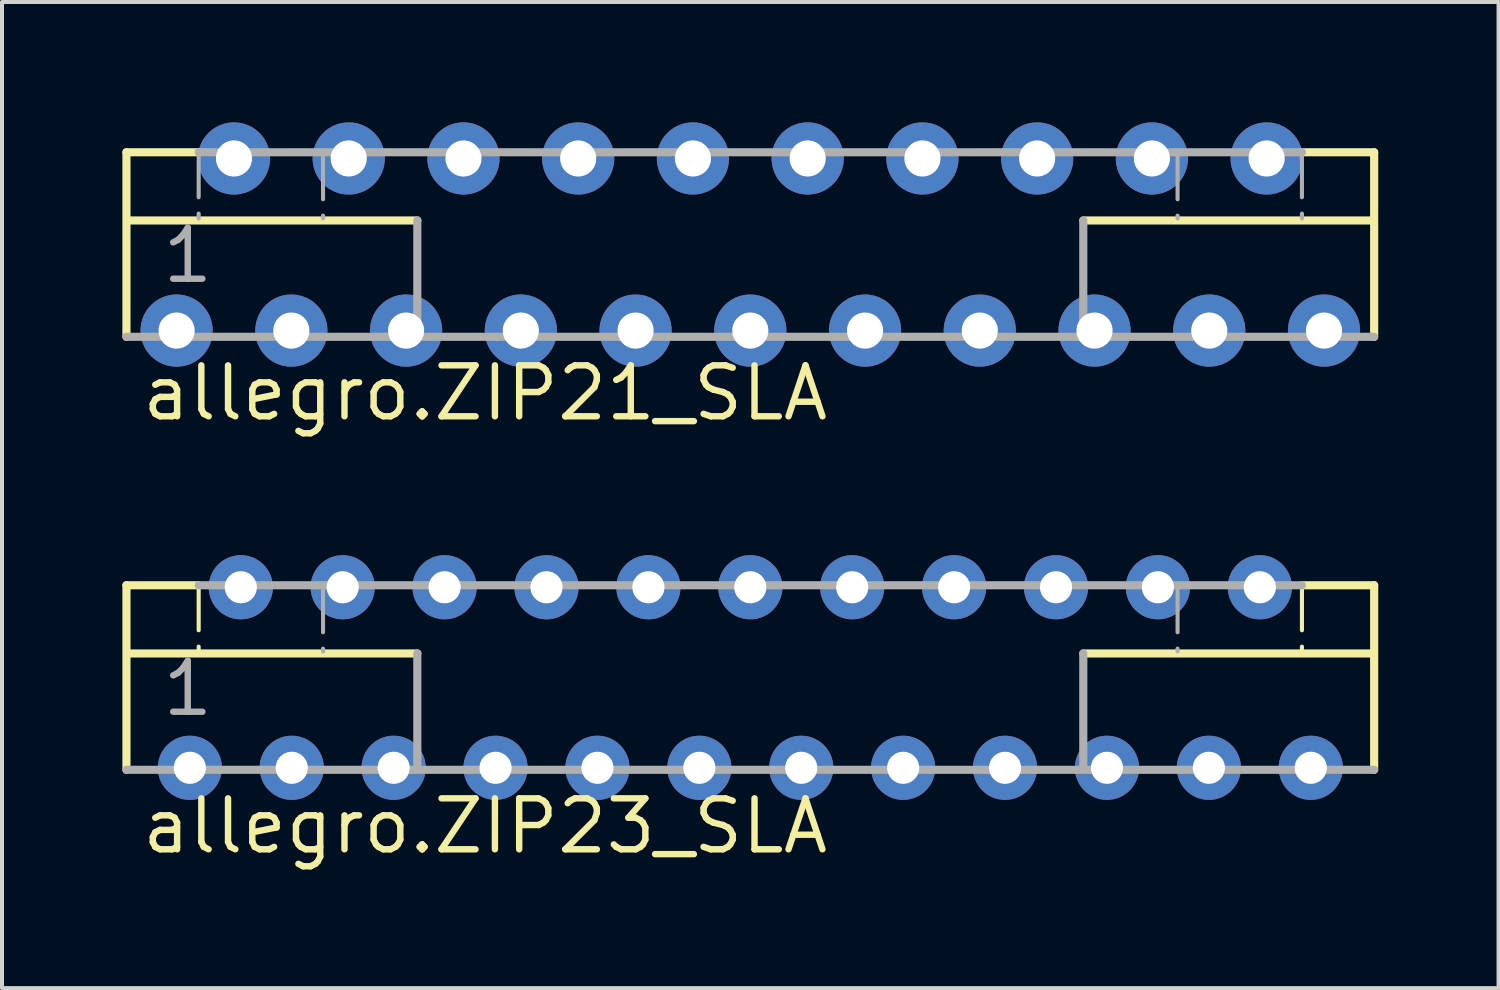
<source format=kicad_pcb>
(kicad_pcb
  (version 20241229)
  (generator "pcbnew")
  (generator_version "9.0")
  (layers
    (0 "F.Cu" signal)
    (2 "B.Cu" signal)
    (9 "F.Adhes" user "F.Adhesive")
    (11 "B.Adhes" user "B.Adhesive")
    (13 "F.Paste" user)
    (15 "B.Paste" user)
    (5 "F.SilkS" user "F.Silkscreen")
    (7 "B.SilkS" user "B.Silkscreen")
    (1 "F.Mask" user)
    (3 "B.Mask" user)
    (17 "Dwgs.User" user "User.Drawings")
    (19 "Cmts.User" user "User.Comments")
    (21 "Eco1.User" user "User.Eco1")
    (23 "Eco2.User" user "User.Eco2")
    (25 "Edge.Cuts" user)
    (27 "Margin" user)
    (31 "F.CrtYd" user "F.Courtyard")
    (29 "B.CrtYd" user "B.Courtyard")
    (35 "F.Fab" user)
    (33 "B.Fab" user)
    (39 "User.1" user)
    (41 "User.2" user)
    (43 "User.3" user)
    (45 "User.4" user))
  (footprint "allegro.ZIP21_SLA"
    (layer "F.Cu")
    (at 15.652 3.045)
    (property "Reference" "allegro.ZIP21_SLA" (at -15.24 4.445 0) (layer "F.SilkS") (effects (font (size 1.27 1.27) (thickness 0.16)) (justify left bottom)))
    (attr through_hole)
    (fp_line (start -15.55 -2.3) (end -13.75 -2.3) (stroke (width 0.203) (type default)) (layer "F.SilkS"))
    (fp_line (start -15.55 2.3) (end -15.55 -2.3) (stroke (width 0.203) (type default)) (layer "F.SilkS"))
    (fp_line (start -15.5 -0.6) (end -8.3 -0.6) (stroke (width 0.203) (type default)) (layer "F.SilkS"))
    (fp_line (start 13.75 -2.3) (end 15.55 -2.3) (stroke (width 0.203) (type default)) (layer "F.SilkS"))
    (fp_line (start 15.45 -0.6) (end 8.3 -0.6) (stroke (width 0.203) (type default)) (layer "F.SilkS"))
    (fp_line (start 15.55 -2.3) (end 15.55 2.3) (stroke (width 0.203) (type default)) (layer "F.SilkS"))
    (fp_line (start -13.75 -2.3) (end -13.75 -0.65) (stroke (width 0.102) (type dash)) (layer "F.Fab"))
    (fp_line (start -13.75 -2.3) (end 13.75 -2.3) (stroke (width 0.203) (type default)) (layer "F.Fab"))
    (fp_line (start -10.65 -2.25) (end -10.65 -0.65) (stroke (width 0.102) (type dash)) (layer "F.Fab"))
    (fp_line (start -8.3 -0.6) (end -8.3 2.2) (stroke (width 0.203) (type default)) (layer "F.Fab"))
    (fp_line (start 8.3 -0.6) (end 8.3 2.2) (stroke (width 0.203) (type default)) (layer "F.Fab"))
    (fp_line (start 10.65 -2.25) (end 10.65 -0.65) (stroke (width 0.102) (type dash)) (layer "F.Fab"))
    (fp_line (start 13.75 -2.3) (end 13.75 -0.65) (stroke (width 0.102) (type dash)) (layer "F.Fab"))
    (fp_line (start 15.55 2.3) (end -15.55 2.3) (stroke (width 0.203) (type default)) (layer "F.Fab"))
    (fp_text user "1" (at -14.732 1.016 0) (layer "F.Fab") (effects (font (size 1.27 1.27) (thickness 0.16)) (justify left bottom)))
    (pad "1" thru_hole circle (at -14.3 2.145) (size 1.8 1.8) (drill 0.9) (layers "*.Cu" "*.Mask"))
    (pad "2" thru_hole circle (at -12.87 -2.145) (size 1.8 1.8) (drill 0.9) (layers "*.Cu" "*.Mask"))
    (pad "3" thru_hole circle (at -11.44 2.145) (size 1.8 1.8) (drill 0.9) (layers "*.Cu" "*.Mask"))
    (pad "4" thru_hole circle (at -10.01 -2.145) (size 1.8 1.8) (drill 0.9) (layers "*.Cu" "*.Mask"))
    (pad "5" thru_hole circle (at -8.58 2.145) (size 1.8 1.8) (drill 0.9) (layers "*.Cu" "*.Mask"))
    (pad "6" thru_hole circle (at -7.15 -2.145) (size 1.8 1.8) (drill 0.9) (layers "*.Cu" "*.Mask"))
    (pad "7" thru_hole circle (at -5.72 2.145) (size 1.8 1.8) (drill 0.9) (layers "*.Cu" "*.Mask"))
    (pad "8" thru_hole circle (at -4.29 -2.145) (size 1.8 1.8) (drill 0.9) (layers "*.Cu" "*.Mask"))
    (pad "9" thru_hole circle (at -2.86 2.145) (size 1.8 1.8) (drill 0.9) (layers "*.Cu" "*.Mask"))
    (pad "10" thru_hole circle (at -1.43 -2.145) (size 1.8 1.8) (drill 0.9) (layers "*.Cu" "*.Mask"))
    (pad "11" thru_hole circle (at 0 2.145) (size 1.8 1.8) (drill 0.9) (layers "*.Cu" "*.Mask"))
    (pad "12" thru_hole circle (at 1.43 -2.145) (size 1.8 1.8) (drill 0.9) (layers "*.Cu" "*.Mask"))
    (pad "13" thru_hole circle (at 2.86 2.145) (size 1.8 1.8) (drill 0.9) (layers "*.Cu" "*.Mask"))
    (pad "14" thru_hole circle (at 4.29 -2.145) (size 1.8 1.8) (drill 0.9) (layers "*.Cu" "*.Mask"))
    (pad "15" thru_hole circle (at 5.72 2.145) (size 1.8 1.8) (drill 0.9) (layers "*.Cu" "*.Mask"))
    (pad "16" thru_hole circle (at 7.15 -2.145) (size 1.8 1.8) (drill 0.9) (layers "*.Cu" "*.Mask"))
    (pad "17" thru_hole circle (at 8.58 2.145) (size 1.8 1.8) (drill 0.9) (layers "*.Cu" "*.Mask"))
    (pad "18" thru_hole circle (at 10.01 -2.145) (size 1.8 1.8) (drill 0.9) (layers "*.Cu" "*.Mask"))
    (pad "19" thru_hole circle (at 11.44 2.145) (size 1.8 1.8) (drill 0.9) (layers "*.Cu" "*.Mask"))
    (pad "20" thru_hole circle (at 12.87 -2.145) (size 1.8 1.8) (drill 0.9) (layers "*.Cu" "*.Mask"))
    (pad "21" thru_hole circle (at 14.3 2.145) (size 1.8 1.8) (drill 0.9) (layers "*.Cu" "*.Mask")))
  (footprint "allegro.ZIP23_SLA"
    (layer "F.Cu")
    (at 15.652 13.838)
    (property "Reference" "allegro.ZIP23_SLA" (at -15.24 4.445 0) (layer "F.SilkS") (effects (font (size 1.27 1.27) (thickness 0.16)) (justify left bottom)))
    (attr through_hole)
    (fp_line (start -15.55 -2.3) (end -13.75 -2.3) (stroke (width 0.203) (type default)) (layer "F.SilkS"))
    (fp_line (start -15.55 2.3) (end -15.55 -2.3) (stroke (width 0.203) (type default)) (layer "F.SilkS"))
    (fp_line (start -15.5 -0.6) (end -8.3 -0.6) (stroke (width 0.203) (type default)) (layer "F.SilkS"))
    (fp_line (start -13.75 -2.3) (end -13.75 -0.65) (stroke (width 0.102) (type dash)) (layer "F.SilkS"))
    (fp_line (start 13.75 -2.3) (end 13.75 -0.65) (stroke (width 0.102) (type dash)) (layer "F.SilkS"))
    (fp_line (start 13.75 -2.3) (end 15.55 -2.3) (stroke (width 0.203) (type default)) (layer "F.SilkS"))
    (fp_line (start 15.45 -0.6) (end 8.3 -0.6) (stroke (width 0.203) (type default)) (layer "F.SilkS"))
    (fp_line (start 15.55 -2.3) (end 15.55 2.3) (stroke (width 0.203) (type default)) (layer "F.SilkS"))
    (fp_line (start -13.75 -2.3) (end 13.75 -2.3) (stroke (width 0.203) (type default)) (layer "F.Fab"))
    (fp_line (start -10.65 -2.25) (end -10.65 -0.65) (stroke (width 0.102) (type dash)) (layer "F.Fab"))
    (fp_line (start -8.3 -0.6) (end -8.3 2.2) (stroke (width 0.203) (type default)) (layer "F.Fab"))
    (fp_line (start 8.3 -0.6) (end 8.3 2.2) (stroke (width 0.203) (type default)) (layer "F.Fab"))
    (fp_line (start 10.65 -2.25) (end 10.65 -0.65) (stroke (width 0.102) (type dash)) (layer "F.Fab"))
    (fp_line (start 15.55 2.3) (end -15.55 2.3) (stroke (width 0.203) (type default)) (layer "F.Fab"))
    (fp_text user "1" (at -14.732 1.016 0) (layer "F.Fab") (effects (font (size 1.27 1.27) (thickness 0.16)) (justify left bottom)))
    (pad "1" thru_hole circle (at -13.97 2.25) (size 1.6 1.6) (drill 0.8) (layers "*.Cu" "*.Mask"))
    (pad "2" thru_hole circle (at -12.7 -2.25) (size 1.6 1.6) (drill 0.8) (layers "*.Cu" "*.Mask"))
    (pad "3" thru_hole circle (at -11.43 2.25) (size 1.6 1.6) (drill 0.8) (layers "*.Cu" "*.Mask"))
    (pad "4" thru_hole circle (at -10.16 -2.25) (size 1.6 1.6) (drill 0.8) (layers "*.Cu" "*.Mask"))
    (pad "5" thru_hole circle (at -8.89 2.25) (size 1.6 1.6) (drill 0.8) (layers "*.Cu" "*.Mask"))
    (pad "6" thru_hole circle (at -7.62 -2.25) (size 1.6 1.6) (drill 0.8) (layers "*.Cu" "*.Mask"))
    (pad "7" thru_hole circle (at -6.35 2.25) (size 1.6 1.6) (drill 0.8) (layers "*.Cu" "*.Mask"))
    (pad "8" thru_hole circle (at -5.08 -2.25) (size 1.6 1.6) (drill 0.8) (layers "*.Cu" "*.Mask"))
    (pad "9" thru_hole circle (at -3.81 2.25) (size 1.6 1.6) (drill 0.8) (layers "*.Cu" "*.Mask"))
    (pad "10" thru_hole circle (at -2.54 -2.25) (size 1.6 1.6) (drill 0.8) (layers "*.Cu" "*.Mask"))
    (pad "11" thru_hole circle (at -1.27 2.25) (size 1.6 1.6) (drill 0.8) (layers "*.Cu" "*.Mask"))
    (pad "12" thru_hole circle (at 0 -2.25) (size 1.6 1.6) (drill 0.8) (layers "*.Cu" "*.Mask"))
    (pad "13" thru_hole circle (at 1.27 2.25) (size 1.6 1.6) (drill 0.8) (layers "*.Cu" "*.Mask"))
    (pad "14" thru_hole circle (at 2.54 -2.25) (size 1.6 1.6) (drill 0.8) (layers "*.Cu" "*.Mask"))
    (pad "15" thru_hole circle (at 3.81 2.25) (size 1.6 1.6) (drill 0.8) (layers "*.Cu" "*.Mask"))
    (pad "16" thru_hole circle (at 5.08 -2.25) (size 1.6 1.6) (drill 0.8) (layers "*.Cu" "*.Mask"))
    (pad "17" thru_hole circle (at 6.35 2.25) (size 1.6 1.6) (drill 0.8) (layers "*.Cu" "*.Mask"))
    (pad "18" thru_hole circle (at 7.62 -2.25) (size 1.6 1.6) (drill 0.8) (layers "*.Cu" "*.Mask"))
    (pad "19" thru_hole circle (at 8.89 2.25) (size 1.6 1.6) (drill 0.8) (layers "*.Cu" "*.Mask"))
    (pad "20" thru_hole circle (at 10.16 -2.25) (size 1.6 1.6) (drill 0.8) (layers "*.Cu" "*.Mask"))
    (pad "21" thru_hole circle (at 11.43 2.25) (size 1.6 1.6) (drill 0.8) (layers "*.Cu" "*.Mask"))
    (pad "22" thru_hole circle (at 12.7 -2.25) (size 1.6 1.6) (drill 0.8) (layers "*.Cu" "*.Mask"))
    (pad "23" thru_hole circle (at 13.97 2.25) (size 1.6 1.6) (drill 0.8) (layers "*.Cu" "*.Mask")))
  (gr_rect
    (start -3 -3)
    (end 34.303 21.58)
    (stroke (width 0.1) (type default))
    (fill no)
    (layer "Edge.Cuts")))
</source>
